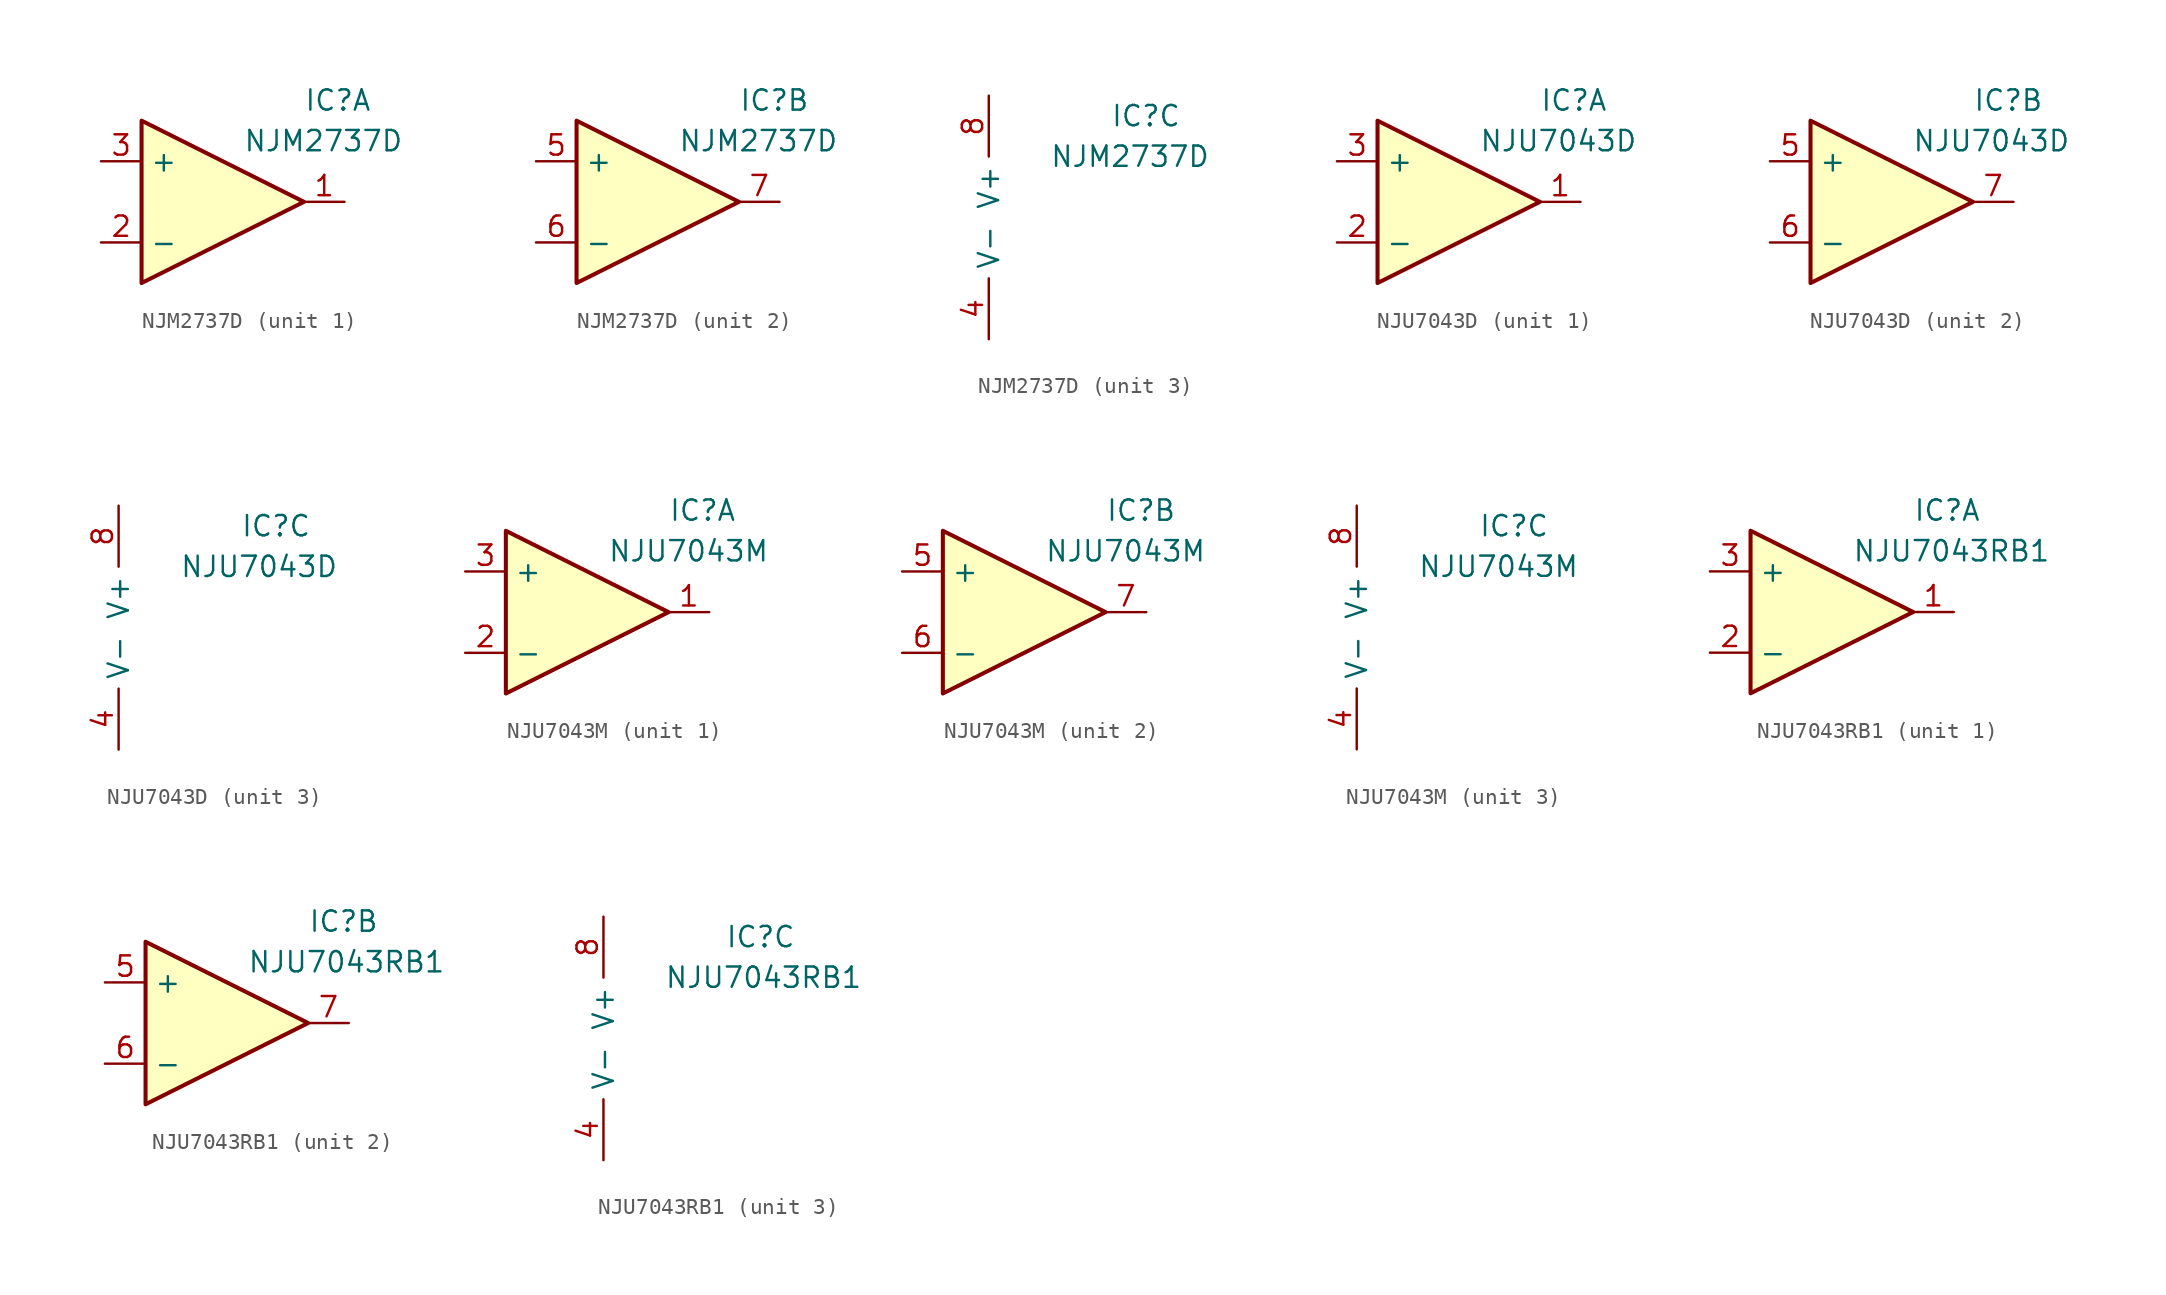
<source format=kicad_sym>
(kicad_symbol_lib
  (version 20220914)
  (generator kicad_symbol_editor)
  (symbol "NJM2737D"
    (property "Reference" "IC"
      (at 5.08 6.35 0)
      (effects (font (size 1.27 1.27)) (justify left)))
    (property "Value" "NJM2737D"
      (at 1.27 3.81 0)
      (effects (font (size 1.27 1.27)) (justify left)))
    (property "ki_locked" ""
      (at 0 0 0)
      (effects (font (size 1.27 1.27))))
    (symbol "NJM2737D_1_1"
      (polyline (pts (xy -5.08 5.08) (xy 5.08 0) (xy -5.08 -5.08) (xy -5.08 5.08)) (stroke (width 0.254) (type solid)) (fill (type background)))
      (pin output line (at 7.62 0 180) (length 2.54) (name "~" (effects (font (size 1.27 1.27)))) (number "1" (effects (font (size 1.27 1.27)))))
      (pin input line (at -7.62 -2.54 0) (length 2.54) (name "-" (effects (font (size 1.27 1.27)))) (number "2" (effects (font (size 1.27 1.27)))))
      (pin input line (at -7.62 2.54 0) (length 2.54) (name "+" (effects (font (size 1.27 1.27)))) (number "3" (effects (font (size 1.27 1.27))))))
    (symbol "NJM2737D_2_1"
      (polyline (pts (xy -5.08 5.08) (xy 5.08 0) (xy -5.08 -5.08) (xy -5.08 5.08)) (stroke (width 0.254) (type solid)) (fill (type background)))
      (pin input line (at -7.62 2.54 0) (length 2.54) (name "+" (effects (font (size 1.27 1.27)))) (number "5" (effects (font (size 1.27 1.27)))))
      (pin input line (at -7.62 -2.54 0) (length 2.54) (name "-" (effects (font (size 1.27 1.27)))) (number "6" (effects (font (size 1.27 1.27)))))
      (pin output line (at 7.62 0 180) (length 2.54) (name "~" (effects (font (size 1.27 1.27)))) (number "7" (effects (font (size 1.27 1.27))))))
    (symbol "NJM2737D_3_1"
      (pin power_in line (at -2.54 -7.62 90) (length 3.81) (name "V-" (effects (font (size 1.27 1.27)))) (number "4" (effects (font (size 1.27 1.27)))))
      (pin power_in line (at -2.54 7.62 270) (length 3.81) (name "V+" (effects (font (size 1.27 1.27)))) (number "8" (effects (font (size 1.27 1.27)))))))
  (symbol "NJU7043D"
    (property "Reference" "IC"
      (at 5.08 6.35 0)
      (effects (font (size 1.27 1.27)) (justify left)))
    (property "Value" "NJU7043D"
      (at 1.27 3.81 0)
      (effects (font (size 1.27 1.27)) (justify left)))
    (property "ki_locked" ""
      (at 0 0 0)
      (effects (font (size 1.27 1.27))))
    (symbol "NJU7043D_1_1"
      (polyline (pts (xy -5.08 5.08) (xy 5.08 0) (xy -5.08 -5.08) (xy -5.08 5.08)) (stroke (width 0.254) (type solid)) (fill (type background)))
      (pin output line (at 7.62 0 180) (length 2.54) (name "~" (effects (font (size 1.27 1.27)))) (number "1" (effects (font (size 1.27 1.27)))))
      (pin input line (at -7.62 -2.54 0) (length 2.54) (name "-" (effects (font (size 1.27 1.27)))) (number "2" (effects (font (size 1.27 1.27)))))
      (pin input line (at -7.62 2.54 0) (length 2.54) (name "+" (effects (font (size 1.27 1.27)))) (number "3" (effects (font (size 1.27 1.27))))))
    (symbol "NJU7043D_2_1"
      (polyline (pts (xy -5.08 5.08) (xy 5.08 0) (xy -5.08 -5.08) (xy -5.08 5.08)) (stroke (width 0.254) (type solid)) (fill (type background)))
      (pin input line (at -7.62 2.54 0) (length 2.54) (name "+" (effects (font (size 1.27 1.27)))) (number "5" (effects (font (size 1.27 1.27)))))
      (pin input line (at -7.62 -2.54 0) (length 2.54) (name "-" (effects (font (size 1.27 1.27)))) (number "6" (effects (font (size 1.27 1.27)))))
      (pin output line (at 7.62 0 180) (length 2.54) (name "~" (effects (font (size 1.27 1.27)))) (number "7" (effects (font (size 1.27 1.27))))))
    (symbol "NJU7043D_3_1"
      (pin power_in line (at -2.54 -7.62 90) (length 3.81) (name "V-" (effects (font (size 1.27 1.27)))) (number "4" (effects (font (size 1.27 1.27)))))
      (pin power_in line (at -2.54 7.62 270) (length 3.81) (name "V+" (effects (font (size 1.27 1.27)))) (number "8" (effects (font (size 1.27 1.27)))))))
  (symbol "NJU7043M"
    (property "Reference" "IC"
      (at 5.08 6.35 0)
      (effects (font (size 1.27 1.27)) (justify left)))
    (property "Value" "NJU7043M"
      (at 1.27 3.81 0)
      (effects (font (size 1.27 1.27)) (justify left)))
    (property "ki_locked" ""
      (at 0 0 0)
      (effects (font (size 1.27 1.27))))
    (symbol "NJU7043M_1_1"
      (polyline (pts (xy -5.08 5.08) (xy 5.08 0) (xy -5.08 -5.08) (xy -5.08 5.08)) (stroke (width 0.254) (type solid)) (fill (type background)))
      (pin output line (at 7.62 0 180) (length 2.54) (name "~" (effects (font (size 1.27 1.27)))) (number "1" (effects (font (size 1.27 1.27)))))
      (pin input line (at -7.62 -2.54 0) (length 2.54) (name "-" (effects (font (size 1.27 1.27)))) (number "2" (effects (font (size 1.27 1.27)))))
      (pin input line (at -7.62 2.54 0) (length 2.54) (name "+" (effects (font (size 1.27 1.27)))) (number "3" (effects (font (size 1.27 1.27))))))
    (symbol "NJU7043M_2_1"
      (polyline (pts (xy -5.08 5.08) (xy 5.08 0) (xy -5.08 -5.08) (xy -5.08 5.08)) (stroke (width 0.254) (type solid)) (fill (type background)))
      (pin input line (at -7.62 2.54 0) (length 2.54) (name "+" (effects (font (size 1.27 1.27)))) (number "5" (effects (font (size 1.27 1.27)))))
      (pin input line (at -7.62 -2.54 0) (length 2.54) (name "-" (effects (font (size 1.27 1.27)))) (number "6" (effects (font (size 1.27 1.27)))))
      (pin output line (at 7.62 0 180) (length 2.54) (name "~" (effects (font (size 1.27 1.27)))) (number "7" (effects (font (size 1.27 1.27))))))
    (symbol "NJU7043M_3_1"
      (pin power_in line (at -2.54 -7.62 90) (length 3.81) (name "V-" (effects (font (size 1.27 1.27)))) (number "4" (effects (font (size 1.27 1.27)))))
      (pin power_in line (at -2.54 7.62 270) (length 3.81) (name "V+" (effects (font (size 1.27 1.27)))) (number "8" (effects (font (size 1.27 1.27)))))))
  (symbol "NJU7043RB1"
    (property "Reference" "IC"
      (at 5.08 6.35 0)
      (effects (font (size 1.27 1.27)) (justify left)))
    (property "Value" "NJU7043RB1"
      (at 1.27 3.81 0)
      (effects (font (size 1.27 1.27)) (justify left)))
    (property "ki_locked" ""
      (at 0 0 0)
      (effects (font (size 1.27 1.27))))
    (symbol "NJU7043RB1_1_1"
      (polyline (pts (xy -5.08 5.08) (xy 5.08 0) (xy -5.08 -5.08) (xy -5.08 5.08)) (stroke (width 0.254) (type solid)) (fill (type background)))
      (pin output line (at 7.62 0 180) (length 2.54) (name "~" (effects (font (size 1.27 1.27)))) (number "1" (effects (font (size 1.27 1.27)))))
      (pin input line (at -7.62 -2.54 0) (length 2.54) (name "-" (effects (font (size 1.27 1.27)))) (number "2" (effects (font (size 1.27 1.27)))))
      (pin input line (at -7.62 2.54 0) (length 2.54) (name "+" (effects (font (size 1.27 1.27)))) (number "3" (effects (font (size 1.27 1.27))))))
    (symbol "NJU7043RB1_2_1"
      (polyline (pts (xy -5.08 5.08) (xy 5.08 0) (xy -5.08 -5.08) (xy -5.08 5.08)) (stroke (width 0.254) (type solid)) (fill (type background)))
      (pin input line (at -7.62 2.54 0) (length 2.54) (name "+" (effects (font (size 1.27 1.27)))) (number "5" (effects (font (size 1.27 1.27)))))
      (pin input line (at -7.62 -2.54 0) (length 2.54) (name "-" (effects (font (size 1.27 1.27)))) (number "6" (effects (font (size 1.27 1.27)))))
      (pin output line (at 7.62 0 180) (length 2.54) (name "~" (effects (font (size 1.27 1.27)))) (number "7" (effects (font (size 1.27 1.27))))))
    (symbol "NJU7043RB1_3_1"
      (pin power_in line (at -2.54 -7.62 90) (length 3.81) (name "V-" (effects (font (size 1.27 1.27)))) (number "4" (effects (font (size 1.27 1.27)))))
      (pin power_in line (at -2.54 7.62 270) (length 3.81) (name "V+" (effects (font (size 1.27 1.27)))) (number "8" (effects (font (size 1.27 1.27))))))))
</source>
